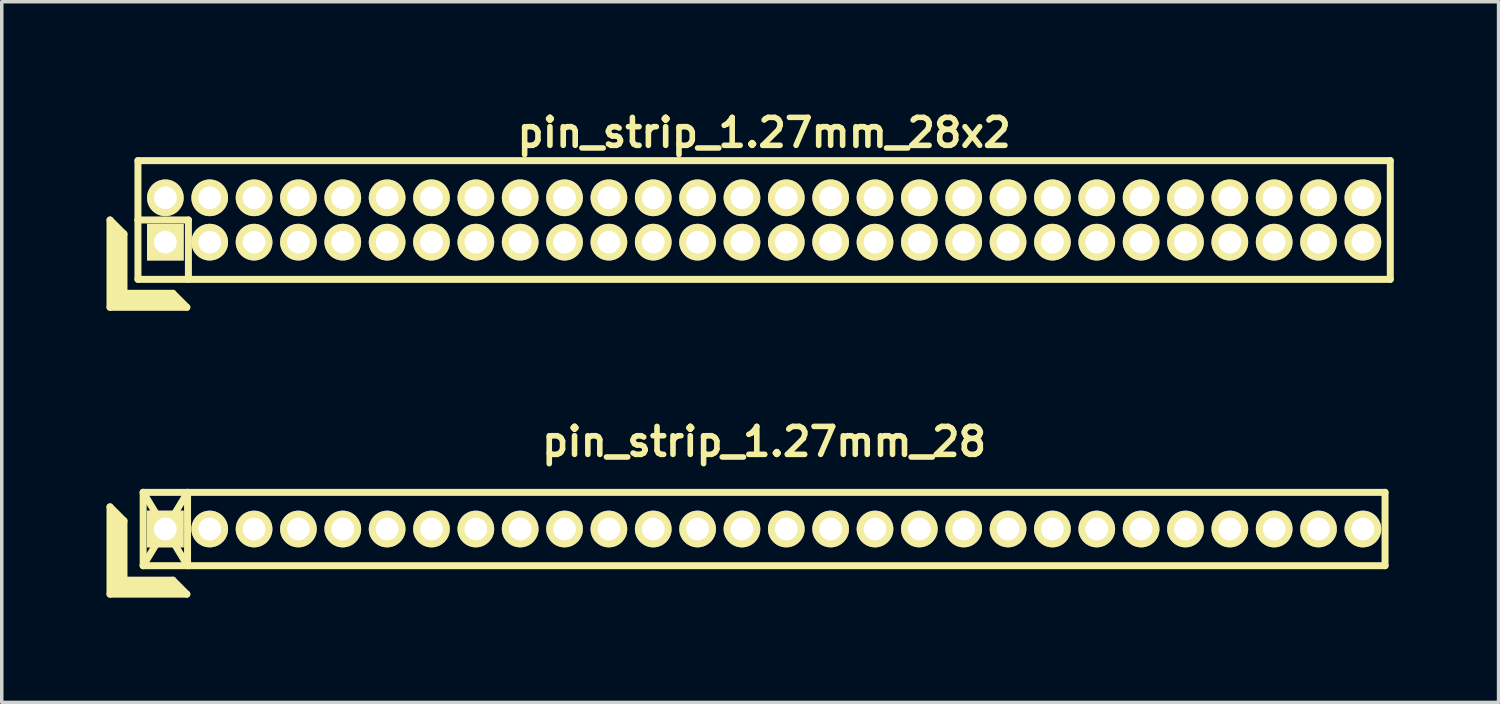
<source format=kicad_pcb>
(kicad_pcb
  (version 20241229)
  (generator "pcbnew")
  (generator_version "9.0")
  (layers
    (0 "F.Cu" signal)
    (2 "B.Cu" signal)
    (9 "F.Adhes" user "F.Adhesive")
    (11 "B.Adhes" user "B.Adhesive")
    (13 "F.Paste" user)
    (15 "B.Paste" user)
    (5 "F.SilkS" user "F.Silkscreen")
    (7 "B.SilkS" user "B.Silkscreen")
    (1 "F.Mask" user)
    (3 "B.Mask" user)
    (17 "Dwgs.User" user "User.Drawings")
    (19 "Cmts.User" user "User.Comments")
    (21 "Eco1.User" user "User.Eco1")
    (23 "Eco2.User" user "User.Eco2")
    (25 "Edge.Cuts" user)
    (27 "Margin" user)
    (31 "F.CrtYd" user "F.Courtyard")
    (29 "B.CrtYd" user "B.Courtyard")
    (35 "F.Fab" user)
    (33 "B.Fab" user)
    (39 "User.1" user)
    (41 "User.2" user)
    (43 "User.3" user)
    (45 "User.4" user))
  (footprint "pin_strip_1.27mm_28x2"
    (layer "F.Cu")
    (at 18.83 3.249)
    (property "Reference" "pin_strip_1.27mm_28x2" (at 0 -2.5 0) (layer "F.SilkS") (effects (font (size 0.8 0.8) (thickness 0.16))))
    (attr through_hole)
    (fp_line (start -18.73 0) (end -18.73 2.5) (stroke (width 0.2) (type solid)) (layer "F.SilkS"))
    (fp_line (start -18.73 0) (end -18.33 0.4) (stroke (width 0.2) (type solid)) (layer "F.SilkS"))
    (fp_line (start -18.73 2.5) (end -16.53 2.5) (stroke (width 0.2) (type solid)) (layer "F.SilkS"))
    (fp_line (start -18.63 2.4) (end -18.63 0.2) (stroke (width 0.2) (type solid)) (layer "F.SilkS"))
    (fp_line (start -18.63 2.4) (end -16.73 2.4) (stroke (width 0.2) (type solid)) (layer "F.SilkS"))
    (fp_line (start -18.53 2.3) (end -18.53 0.3) (stroke (width 0.2) (type solid)) (layer "F.SilkS"))
    (fp_line (start -18.53 2.3) (end -16.83 2.3) (stroke (width 0.2) (type solid)) (layer "F.SilkS"))
    (fp_line (start -18.43 2.2) (end -18.43 0.4) (stroke (width 0.2) (type solid)) (layer "F.SilkS"))
    (fp_line (start -18.43 2.2) (end -16.93 2.2) (stroke (width 0.2) (type solid)) (layer "F.SilkS"))
    (fp_line (start -18.33 2.1) (end -18.33 0.4) (stroke (width 0.2) (type solid)) (layer "F.SilkS"))
    (fp_line (start -18.33 2.1) (end -16.93 2.1) (stroke (width 0.2) (type solid)) (layer "F.SilkS"))
    (fp_line (start -17.935 0) (end -16.485 0) (stroke (width 0.2) (type solid)) (layer "F.SilkS"))
    (fp_line (start -17.93 -1.7) (end 17.93 -1.7) (stroke (width 0.2) (type solid)) (layer "F.SilkS"))
    (fp_line (start -17.93 1.7) (end -17.93 -1.7) (stroke (width 0.2) (type solid)) (layer "F.SilkS"))
    (fp_line (start -16.93 2.1) (end -16.53 2.5) (stroke (width 0.2) (type solid)) (layer "F.SilkS"))
    (fp_line (start -16.485 0) (end -16.485 1.7) (stroke (width 0.2) (type solid)) (layer "F.SilkS"))
    (fp_line (start 17.93 -1.7) (end 17.93 1.7) (stroke (width 0.2) (type solid)) (layer "F.SilkS"))
    (fp_line (start 17.93 1.7) (end -17.93 1.7) (stroke (width 0.2) (type solid)) (layer "F.SilkS"))
    (pad "1" thru_hole rect (at -17.145 0.635) (size 1.05 1.05) (drill 0.65) (layers "*.Cu" "*.Mask" "F.SilkS"))
    (pad "2" thru_hole oval (at -17.145 -0.635) (size 1.05 1.05) (drill 0.65) (layers "*.Cu" "*.Mask" "F.SilkS"))
    (pad "3" thru_hole oval (at -15.875 0.635) (size 1.05 1.05) (drill 0.65) (layers "*.Cu" "*.Mask" "F.SilkS"))
    (pad "4" thru_hole oval (at -15.875 -0.635) (size 1.05 1.05) (drill 0.65) (layers "*.Cu" "*.Mask" "F.SilkS"))
    (pad "5" thru_hole oval (at -14.605 0.635) (size 1.05 1.05) (drill 0.65) (layers "*.Cu" "*.Mask" "F.SilkS"))
    (pad "6" thru_hole oval (at -14.605 -0.635) (size 1.05 1.05) (drill 0.65) (layers "*.Cu" "*.Mask" "F.SilkS"))
    (pad "7" thru_hole oval (at -13.335 0.635) (size 1.05 1.05) (drill 0.65) (layers "*.Cu" "*.Mask" "F.SilkS"))
    (pad "8" thru_hole oval (at -13.335 -0.635) (size 1.05 1.05) (drill 0.65) (layers "*.Cu" "*.Mask" "F.SilkS"))
    (pad "9" thru_hole oval (at -12.065 0.635) (size 1.05 1.05) (drill 0.65) (layers "*.Cu" "*.Mask" "F.SilkS"))
    (pad "10" thru_hole oval (at -12.065 -0.635) (size 1.05 1.05) (drill 0.65) (layers "*.Cu" "*.Mask" "F.SilkS"))
    (pad "11" thru_hole oval (at -10.795 0.635) (size 1.05 1.05) (drill 0.65) (layers "*.Cu" "*.Mask" "F.SilkS"))
    (pad "12" thru_hole oval (at -10.795 -0.635) (size 1.05 1.05) (drill 0.65) (layers "*.Cu" "*.Mask" "F.SilkS"))
    (pad "13" thru_hole oval (at -9.525 0.635) (size 1.05 1.05) (drill 0.65) (layers "*.Cu" "*.Mask" "F.SilkS"))
    (pad "14" thru_hole oval (at -9.525 -0.635) (size 1.05 1.05) (drill 0.65) (layers "*.Cu" "*.Mask" "F.SilkS"))
    (pad "15" thru_hole oval (at -8.255 0.635) (size 1.05 1.05) (drill 0.65) (layers "*.Cu" "*.Mask" "F.SilkS"))
    (pad "16" thru_hole oval (at -8.255 -0.635) (size 1.05 1.05) (drill 0.65) (layers "*.Cu" "*.Mask" "F.SilkS"))
    (pad "17" thru_hole oval (at -6.985 0.635) (size 1.05 1.05) (drill 0.65) (layers "*.Cu" "*.Mask" "F.SilkS"))
    (pad "18" thru_hole oval (at -6.985 -0.635) (size 1.05 1.05) (drill 0.65) (layers "*.Cu" "*.Mask" "F.SilkS"))
    (pad "19" thru_hole oval (at -5.715 0.635) (size 1.05 1.05) (drill 0.65) (layers "*.Cu" "*.Mask" "F.SilkS"))
    (pad "20" thru_hole oval (at -5.715 -0.635) (size 1.05 1.05) (drill 0.65) (layers "*.Cu" "*.Mask" "F.SilkS"))
    (pad "21" thru_hole oval (at -4.445 0.635) (size 1.05 1.05) (drill 0.65) (layers "*.Cu" "*.Mask" "F.SilkS"))
    (pad "22" thru_hole oval (at -4.445 -0.635) (size 1.05 1.05) (drill 0.65) (layers "*.Cu" "*.Mask" "F.SilkS"))
    (pad "23" thru_hole oval (at -3.175 0.635) (size 1.05 1.05) (drill 0.65) (layers "*.Cu" "*.Mask" "F.SilkS"))
    (pad "24" thru_hole oval (at -3.175 -0.635) (size 1.05 1.05) (drill 0.65) (layers "*.Cu" "*.Mask" "F.SilkS"))
    (pad "25" thru_hole oval (at -1.905 0.635) (size 1.05 1.05) (drill 0.65) (layers "*.Cu" "*.Mask" "F.SilkS"))
    (pad "26" thru_hole oval (at -1.905 -0.635) (size 1.05 1.05) (drill 0.65) (layers "*.Cu" "*.Mask" "F.SilkS"))
    (pad "27" thru_hole oval (at -0.635 0.635) (size 1.05 1.05) (drill 0.65) (layers "*.Cu" "*.Mask" "F.SilkS"))
    (pad "28" thru_hole oval (at -0.635 -0.635) (size 1.05 1.05) (drill 0.65) (layers "*.Cu" "*.Mask" "F.SilkS"))
    (pad "29" thru_hole oval (at 0.635 0.635) (size 1.05 1.05) (drill 0.65) (layers "*.Cu" "*.Mask" "F.SilkS"))
    (pad "30" thru_hole oval (at 0.635 -0.635) (size 1.05 1.05) (drill 0.65) (layers "*.Cu" "*.Mask" "F.SilkS"))
    (pad "31" thru_hole oval (at 1.905 0.635) (size 1.05 1.05) (drill 0.65) (layers "*.Cu" "*.Mask" "F.SilkS"))
    (pad "32" thru_hole oval (at 1.905 -0.635) (size 1.05 1.05) (drill 0.65) (layers "*.Cu" "*.Mask" "F.SilkS"))
    (pad "33" thru_hole oval (at 3.175 0.635) (size 1.05 1.05) (drill 0.65) (layers "*.Cu" "*.Mask" "F.SilkS"))
    (pad "34" thru_hole oval (at 3.175 -0.635) (size 1.05 1.05) (drill 0.65) (layers "*.Cu" "*.Mask" "F.SilkS"))
    (pad "35" thru_hole oval (at 4.445 0.635) (size 1.05 1.05) (drill 0.65) (layers "*.Cu" "*.Mask" "F.SilkS"))
    (pad "36" thru_hole oval (at 4.445 -0.635) (size 1.05 1.05) (drill 0.65) (layers "*.Cu" "*.Mask" "F.SilkS"))
    (pad "37" thru_hole oval (at 5.715 0.635) (size 1.05 1.05) (drill 0.65) (layers "*.Cu" "*.Mask" "F.SilkS"))
    (pad "38" thru_hole oval (at 5.715 -0.635) (size 1.05 1.05) (drill 0.65) (layers "*.Cu" "*.Mask" "F.SilkS"))
    (pad "39" thru_hole oval (at 6.985 0.635) (size 1.05 1.05) (drill 0.65) (layers "*.Cu" "*.Mask" "F.SilkS"))
    (pad "40" thru_hole oval (at 6.985 -0.635) (size 1.05 1.05) (drill 0.65) (layers "*.Cu" "*.Mask" "F.SilkS"))
    (pad "41" thru_hole oval (at 8.255 0.635) (size 1.05 1.05) (drill 0.65) (layers "*.Cu" "*.Mask" "F.SilkS"))
    (pad "42" thru_hole oval (at 8.255 -0.635) (size 1.05 1.05) (drill 0.65) (layers "*.Cu" "*.Mask" "F.SilkS"))
    (pad "43" thru_hole oval (at 9.525 0.635) (size 1.05 1.05) (drill 0.65) (layers "*.Cu" "*.Mask" "F.SilkS"))
    (pad "44" thru_hole oval (at 9.525 -0.635) (size 1.05 1.05) (drill 0.65) (layers "*.Cu" "*.Mask" "F.SilkS"))
    (pad "45" thru_hole oval (at 10.795 0.635) (size 1.05 1.05) (drill 0.65) (layers "*.Cu" "*.Mask" "F.SilkS"))
    (pad "46" thru_hole oval (at 10.795 -0.635) (size 1.05 1.05) (drill 0.65) (layers "*.Cu" "*.Mask" "F.SilkS"))
    (pad "47" thru_hole oval (at 12.065 0.635) (size 1.05 1.05) (drill 0.65) (layers "*.Cu" "*.Mask" "F.SilkS"))
    (pad "48" thru_hole oval (at 12.065 -0.635) (size 1.05 1.05) (drill 0.65) (layers "*.Cu" "*.Mask" "F.SilkS"))
    (pad "49" thru_hole oval (at 13.335 0.635) (size 1.05 1.05) (drill 0.65) (layers "*.Cu" "*.Mask" "F.SilkS"))
    (pad "50" thru_hole oval (at 13.335 -0.635) (size 1.05 1.05) (drill 0.65) (layers "*.Cu" "*.Mask" "F.SilkS"))
    (pad "51" thru_hole circle (at 14.605 0.635) (size 1.05 1.05) (drill 0.65) (layers "*.Cu" "*.Mask" "F.SilkS"))
    (pad "52" thru_hole oval (at 14.605 -0.635) (size 1.05 1.05) (drill 0.65) (layers "*.Cu" "*.Mask" "F.SilkS"))
    (pad "53" thru_hole oval (at 15.875 0.635) (size 1.05 1.05) (drill 0.65) (layers "*.Cu" "*.Mask" "F.SilkS"))
    (pad "54" thru_hole oval (at 15.875 -0.635) (size 1.05 1.05) (drill 0.65) (layers "*.Cu" "*.Mask" "F.SilkS"))
    (pad "55" thru_hole oval (at 17.145 0.635) (size 1.05 1.05) (drill 0.65) (layers "*.Cu" "*.Mask" "F.SilkS"))
    (pad "56" thru_hole oval (at 17.145 -0.635) (size 1.05 1.05) (drill 0.65) (layers "*.Cu" "*.Mask" "F.SilkS")))
  (footprint "pin_strip_1.27mm_28"
    (layer "F.Cu")
    (at 18.83 12.098)
    (property "Reference" "pin_strip_1.27mm_28" (at 0 -2.5 0) (layer "F.SilkS") (effects (font (size 0.8 0.8) (thickness 0.16))))
    (attr through_hole)
    (fp_line (start -18.73 -0.635) (end -18.73 1.865) (stroke (width 0.2) (type solid)) (layer "F.SilkS"))
    (fp_line (start -18.73 -0.635) (end -18.33 -0.235) (stroke (width 0.2) (type solid)) (layer "F.SilkS"))
    (fp_line (start -18.73 1.865) (end -16.53 1.865) (stroke (width 0.2) (type solid)) (layer "F.SilkS"))
    (fp_line (start -18.63 1.765) (end -18.63 -0.435) (stroke (width 0.2) (type solid)) (layer "F.SilkS"))
    (fp_line (start -18.63 1.765) (end -16.73 1.765) (stroke (width 0.2) (type solid)) (layer "F.SilkS"))
    (fp_line (start -18.53 1.665) (end -18.53 -0.335) (stroke (width 0.2) (type solid)) (layer "F.SilkS"))
    (fp_line (start -18.53 1.665) (end -16.83 1.665) (stroke (width 0.2) (type solid)) (layer "F.SilkS"))
    (fp_line (start -18.43 1.565) (end -18.43 -0.235) (stroke (width 0.2) (type solid)) (layer "F.SilkS"))
    (fp_line (start -18.43 1.565) (end -16.93 1.565) (stroke (width 0.2) (type solid)) (layer "F.SilkS"))
    (fp_line (start -18.33 1.465) (end -18.33 -0.235) (stroke (width 0.2) (type solid)) (layer "F.SilkS"))
    (fp_line (start -18.33 1.465) (end -16.93 1.465) (stroke (width 0.2) (type solid)) (layer "F.SilkS"))
    (fp_line (start -17.78 -1.05) (end -16.51 1.05) (stroke (width 0.2) (type solid)) (layer "F.SilkS"))
    (fp_line (start -17.78 -1.05) (end 17.78 -1.05) (stroke (width 0.2) (type solid)) (layer "F.SilkS"))
    (fp_line (start -17.78 1.05) (end -17.78 -1.05) (stroke (width 0.2) (type solid)) (layer "F.SilkS"))
    (fp_line (start -17.78 1.05) (end -16.51 -1.05) (stroke (width 0.2) (type solid)) (layer "F.SilkS"))
    (fp_line (start -16.93 1.465) (end -16.53 1.865) (stroke (width 0.2) (type solid)) (layer "F.SilkS"))
    (fp_line (start -16.51 -1.05) (end -16.51 1.05) (stroke (width 0.2) (type solid)) (layer "F.SilkS"))
    (fp_line (start 17.78 -1.05) (end 17.78 1.05) (stroke (width 0.2) (type solid)) (layer "F.SilkS"))
    (fp_line (start 17.78 1.05) (end -17.78 1.05) (stroke (width 0.2) (type solid)) (layer "F.SilkS"))
    (pad "1" thru_hole rect (at -17.145 0) (size 1.05 1.05) (drill 0.65) (layers "*.Cu" "*.Mask" "F.SilkS"))
    (pad "2" thru_hole oval (at -15.875 0) (size 1.05 1.05) (drill 0.65) (layers "*.Cu" "*.Mask" "F.SilkS"))
    (pad "3" thru_hole oval (at -14.605 0) (size 1.05 1.05) (drill 0.65) (layers "*.Cu" "*.Mask" "F.SilkS"))
    (pad "4" thru_hole oval (at -13.335 0) (size 1.05 1.05) (drill 0.65) (layers "*.Cu" "*.Mask" "F.SilkS"))
    (pad "5" thru_hole oval (at -12.065 0) (size 1.05 1.05) (drill 0.65) (layers "*.Cu" "*.Mask" "F.SilkS"))
    (pad "6" thru_hole oval (at -10.795 0) (size 1.05 1.05) (drill 0.65) (layers "*.Cu" "*.Mask" "F.SilkS"))
    (pad "7" thru_hole oval (at -9.525 0) (size 1.05 1.05) (drill 0.65) (layers "*.Cu" "*.Mask" "F.SilkS"))
    (pad "8" thru_hole oval (at -8.255 0) (size 1.05 1.05) (drill 0.65) (layers "*.Cu" "*.Mask" "F.SilkS"))
    (pad "9" thru_hole oval (at -6.985 0) (size 1.05 1.05) (drill 0.65) (layers "*.Cu" "*.Mask" "F.SilkS"))
    (pad "10" thru_hole oval (at -5.715 0) (size 1.05 1.05) (drill 0.65) (layers "*.Cu" "*.Mask" "F.SilkS"))
    (pad "11" thru_hole oval (at -4.445 0) (size 1.05 1.05) (drill 0.65) (layers "*.Cu" "*.Mask" "F.SilkS"))
    (pad "12" thru_hole oval (at -3.175 0) (size 1.05 1.05) (drill 0.65) (layers "*.Cu" "*.Mask" "F.SilkS"))
    (pad "13" thru_hole oval (at -1.905 0) (size 1.05 1.05) (drill 0.65) (layers "*.Cu" "*.Mask" "F.SilkS"))
    (pad "14" thru_hole oval (at -0.635 0) (size 1.05 1.05) (drill 0.65) (layers "*.Cu" "*.Mask" "F.SilkS"))
    (pad "15" thru_hole oval (at 0.635 0) (size 1.05 1.05) (drill 0.65) (layers "*.Cu" "*.Mask" "F.SilkS"))
    (pad "16" thru_hole oval (at 1.905 0) (size 1.05 1.05) (drill 0.65) (layers "*.Cu" "*.Mask" "F.SilkS"))
    (pad "17" thru_hole oval (at 3.175 0) (size 1.05 1.05) (drill 0.65) (layers "*.Cu" "*.Mask" "F.SilkS"))
    (pad "18" thru_hole oval (at 4.445 0) (size 1.05 1.05) (drill 0.65) (layers "*.Cu" "*.Mask" "F.SilkS"))
    (pad "19" thru_hole oval (at 5.715 0) (size 1.05 1.05) (drill 0.65) (layers "*.Cu" "*.Mask" "F.SilkS"))
    (pad "20" thru_hole oval (at 6.985 0) (size 1.05 1.05) (drill 0.65) (layers "*.Cu" "*.Mask" "F.SilkS"))
    (pad "21" thru_hole oval (at 8.255 0) (size 1.05 1.05) (drill 0.65) (layers "*.Cu" "*.Mask" "F.SilkS"))
    (pad "22" thru_hole oval (at 9.525 0) (size 1.05 1.05) (drill 0.65) (layers "*.Cu" "*.Mask" "F.SilkS"))
    (pad "23" thru_hole oval (at 10.795 0) (size 1.05 1.05) (drill 0.65) (layers "*.Cu" "*.Mask" "F.SilkS"))
    (pad "24" thru_hole oval (at 12.065 0) (size 1.05 1.05) (drill 0.65) (layers "*.Cu" "*.Mask" "F.SilkS"))
    (pad "25" thru_hole oval (at 13.335 0) (size 1.05 1.05) (drill 0.65) (layers "*.Cu" "*.Mask" "F.SilkS"))
    (pad "26" thru_hole oval (at 14.605 0) (size 1.05 1.05) (drill 0.65) (layers "*.Cu" "*.Mask" "F.SilkS"))
    (pad "27" thru_hole oval (at 15.875 0) (size 1.05 1.05) (drill 0.65) (layers "*.Cu" "*.Mask" "F.SilkS"))
    (pad "28" thru_hole oval (at 17.145 0) (size 1.05 1.05) (drill 0.65) (layers "*.Cu" "*.Mask" "F.SilkS")))
  (gr_rect
    (start -3 -3)
    (end 39.86 17.063)
    (stroke (width 0.1) (type default))
    (fill no)
    (layer "Edge.Cuts")))
</source>
